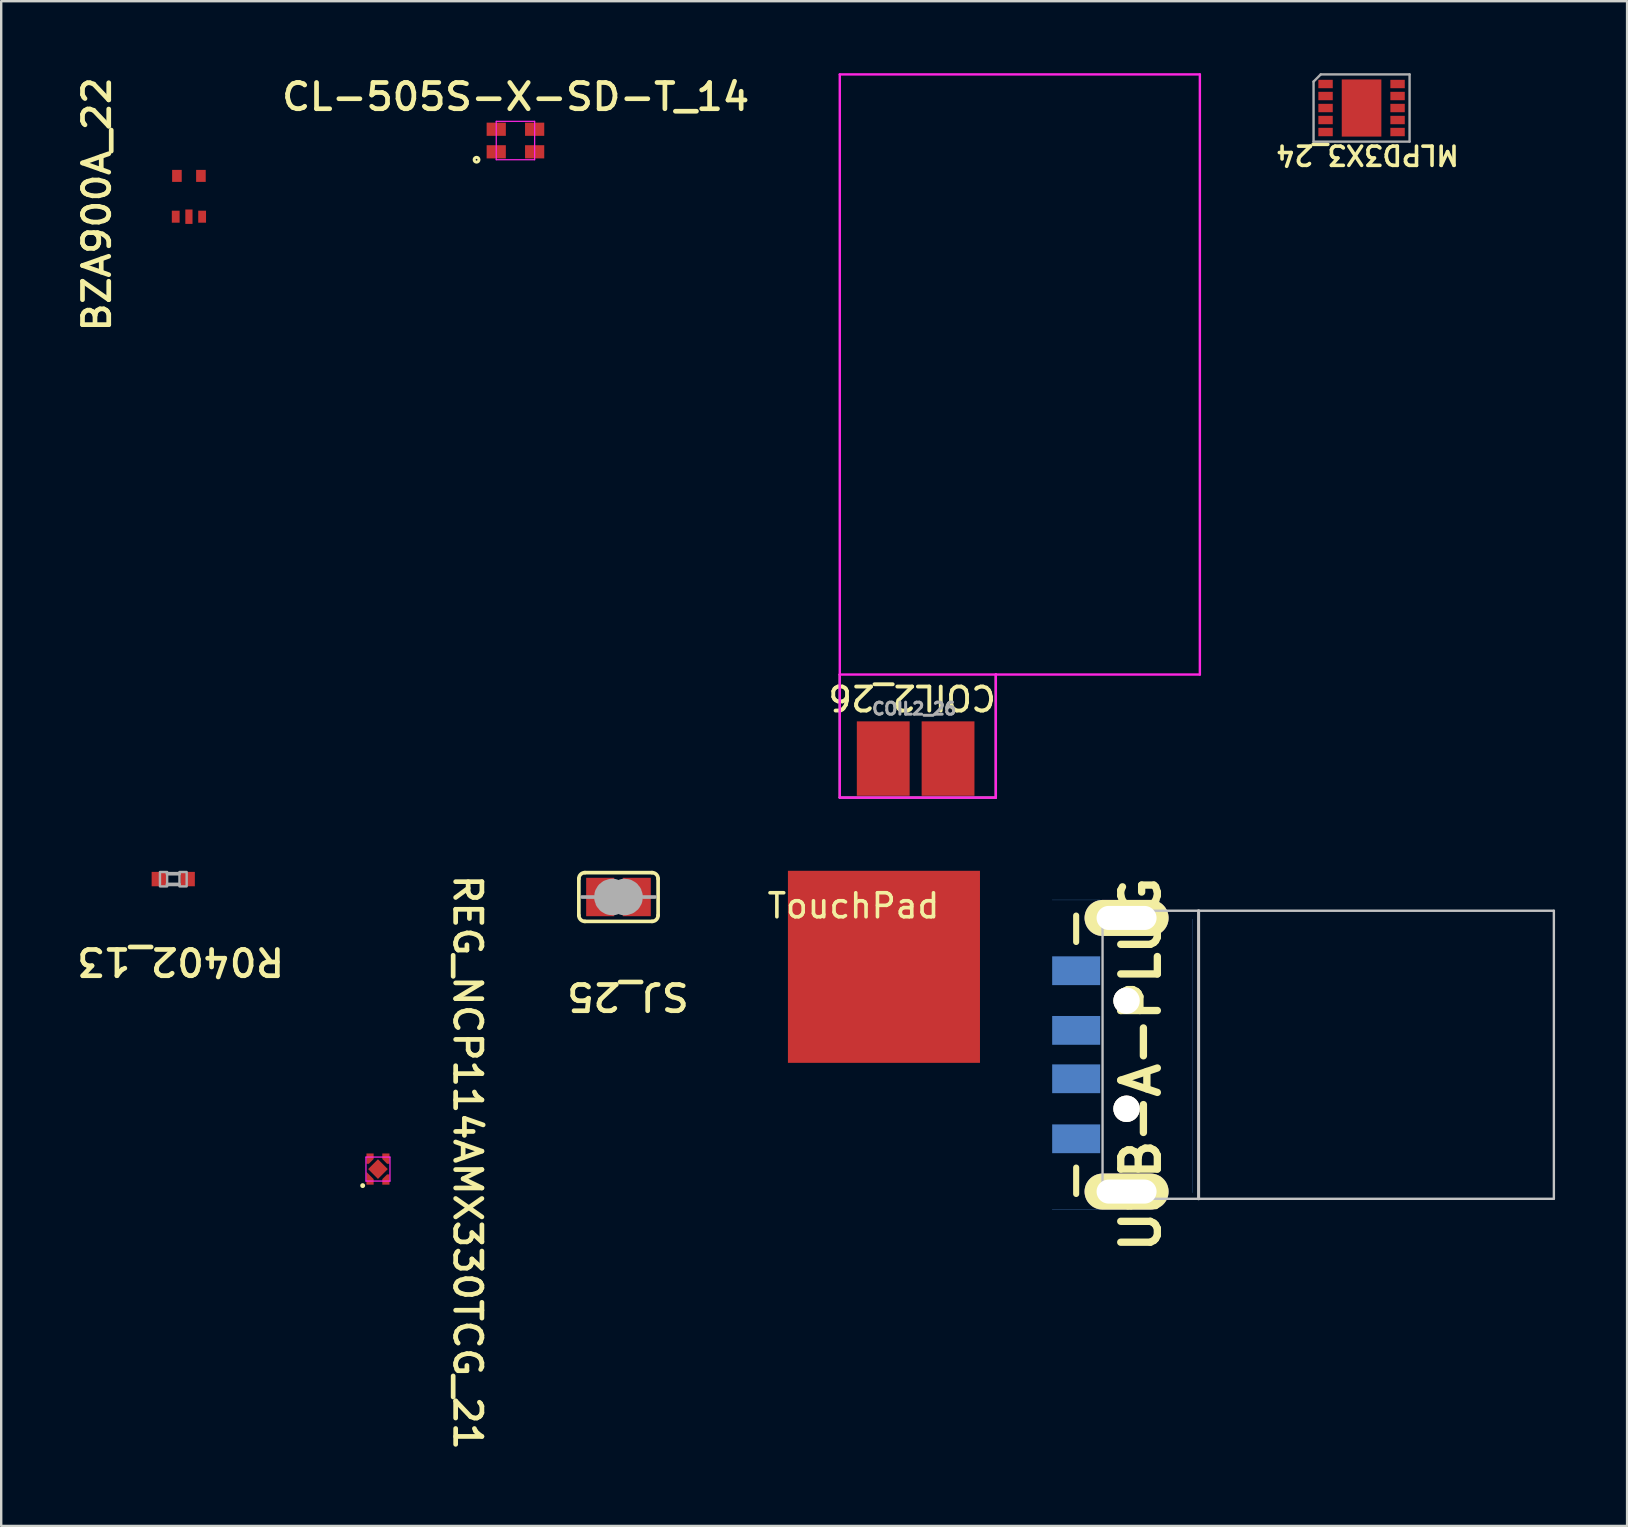
<source format=kicad_pcb>
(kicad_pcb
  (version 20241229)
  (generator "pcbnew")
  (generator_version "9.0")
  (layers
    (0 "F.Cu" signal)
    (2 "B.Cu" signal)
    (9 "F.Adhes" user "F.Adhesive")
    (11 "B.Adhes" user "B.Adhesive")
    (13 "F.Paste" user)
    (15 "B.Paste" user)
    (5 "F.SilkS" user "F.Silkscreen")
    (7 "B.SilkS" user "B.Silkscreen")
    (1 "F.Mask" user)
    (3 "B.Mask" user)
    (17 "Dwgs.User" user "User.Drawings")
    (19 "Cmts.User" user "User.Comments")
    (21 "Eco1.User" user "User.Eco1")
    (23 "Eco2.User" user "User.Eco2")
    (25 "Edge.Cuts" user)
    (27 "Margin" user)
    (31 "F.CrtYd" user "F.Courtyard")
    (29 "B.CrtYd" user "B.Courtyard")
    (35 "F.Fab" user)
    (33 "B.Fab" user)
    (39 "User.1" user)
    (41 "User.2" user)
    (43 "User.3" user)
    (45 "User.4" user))
  (footprint "USB-A-PLUG"
    (layer "F.Cu")
    (at 52.092 41.295)
    (property "Reference" "USB-A-PLUG" (at -7.62 0 90) (layer "F.SilkS") (effects (font (size 1.524 1.524) (thickness 0.305))))
    (attr through_hole)
    (fp_line (start -10.312 -5.105) (end -10.312 -6.205) (stroke (width 0.254) (type solid)) (layer "F.SilkS"))
    (fp_line (start -10.312 4.293) (end -10.312 5.392) (stroke (width 0.254) (type solid)) (layer "F.SilkS"))
    (fp_line (start -9.213 -6.406) (end -9.213 5.593) (stroke (width 0.099) (type solid)) (layer "Dwgs.User"))
    (fp_line (start -9.213 5.593) (end 9.588 5.593) (stroke (width 0.099) (type solid)) (layer "Dwgs.User"))
    (fp_line (start -5.212 5.593) (end -5.212 -6.406) (stroke (width 0.127) (type solid)) (layer "Dwgs.User"))
    (fp_line (start 9.588 -6.406) (end -9.213 -6.406) (stroke (width 0.099) (type solid)) (layer "Dwgs.User"))
    (fp_line (start 9.588 5.593) (end 9.588 -6.406) (stroke (width 0.099) (type solid)) (layer "Dwgs.User"))
    (fp_line (start -11.313 -6.855) (end -9.312 -6.855) (stroke (width 0.01) (type solid)) (layer "Cmts.User"))
    (fp_line (start -11.313 6.043) (end -9.312 6.043) (stroke (width 0.01) (type solid)) (layer "Cmts.User"))
    (fp_line (start -5.464 5.342) (end -5.464 -6.058) (stroke (width 0.01) (type solid)) (layer "Cmts.User"))
    (pad "1" smd rect (at -10.312 3.094 180) (size 1.999 1.199) (layers "B.Cu" "B.Mask" "B.Paste"))
    (pad "2" smd rect (at -10.312 0.594 180) (size 1.999 1.199) (layers "B.Cu" "B.Mask" "B.Paste"))
    (pad "3" smd rect (at -10.312 -1.422 180) (size 1.999 1.199) (layers "B.Cu" "B.Mask" "B.Paste"))
    (pad "4" smd rect (at -10.312 -3.907 180) (size 1.999 1.199) (layers "B.Cu" "B.Mask" "B.Paste"))
    (pad "5" thru_hole oval (at -8.212 -6.106 180) (size 3.5 1.501) (drill oval 2.499 1.001) (layers "*.Cu" "*.Mask" "F.SilkS"))
    (pad "6" thru_hole oval (at -8.212 5.293 180) (size 3.5 1.501) (drill oval 2.499 1.001) (layers "*.Cu" "*.Mask" "F.SilkS"))
    (pad "7" thru_hole circle (at -8.212 1.844 180) (size 1.1 1.1) (drill 1.1) (layers "*.Cu" "*.Mask" "F.SilkS"))
    (pad "8" thru_hole circle (at -8.212 -2.657 180) (size 1.1 1.1) (drill 1.1) (layers "*.Cu" "*.Mask" "F.SilkS")))
  (footprint "TouchPad"
    (layer "F.Cu")
    (at 33.773 37.225)
    (property "Reference" "TouchPad" (at -1.27 -2.54 0) (layer "F.SilkS") (effects (font (size 1 1) (thickness 0.15))))
    (attr through_hole)
    (pad "1" smd rect (at 0 0) (size 8 8) (layers "F.Cu" "F.Mask" "F.Paste")))
  (footprint "REG_NCP114AMX330TCG_21"
    (layer "F.Cu")
    (at 12.695 45.651)
    (property "Reference" "REG_NCP114AMX330TCG_21" (at 3.732 -0.281 270) (unlocked yes) (layer "F.SilkS") (effects (font (size 1.093 1.15) (thickness 0.196))))
    (attr smd)
    (fp_poly (pts (xy -0.48 0.65) (xy -0.18 0.65) (xy -0.18 0.42) (xy -0.48 0.12)) (stroke (width 0) (type solid)) (fill yes) (layer "F.Cu"))
    (fp_poly (pts (xy -0.48 -0.65) (xy -0.48 -0.22) (xy -0.38 -0.22) (xy -0.18 -0.42) (xy -0.18 -0.65)) (stroke (width 0) (type solid)) (fill yes) (layer "F.Cu"))
    (fp_poly (pts (xy 0.48 -0.65) (xy 0.48 -0.22) (xy 0.38 -0.22) (xy 0.18 -0.42) (xy 0.18 -0.65)) (stroke (width 0) (type solid)) (fill yes) (layer "F.Cu"))
    (fp_poly (pts (xy 0.48 0.65) (xy 0.48 0.22) (xy 0.38 0.22) (xy 0.18 0.42) (xy 0.18 0.65)) (stroke (width 0) (type solid)) (fill yes) (layer "F.Cu"))
    (fp_line (start -0.472 0.09) (end -0.522 0.09) (stroke (width 0.001) (type solid)) (layer "F.Mask"))
    (fp_poly (pts (xy -0.43 0) (xy 0 0.43) (xy 0.43 0) (xy 0 -0.43)) (stroke (width 0) (type solid)) (fill yes) (layer "F.Mask"))
    (fp_poly (pts (xy -0.53 -0.7) (xy -0.13 -0.7) (xy -0.13 -0.4) (xy -0.355 -0.175) (xy -0.53 -0.175)) (stroke (width 0) (type solid)) (fill yes) (layer "F.Mask"))
    (fp_poly (pts (xy -0.53 0.7) (xy -0.13 0.7) (xy -0.13 0.4) (xy -0.48 0.05) (xy -0.53 0.05)) (stroke (width 0) (type solid)) (fill yes) (layer "F.Mask"))
    (fp_poly (pts (xy 0.13 -0.7) (xy 0.53 -0.7) (xy 0.53 -0.175) (xy 0.355 -0.175) (xy 0.13 -0.4)) (stroke (width 0) (type solid)) (fill yes) (layer "F.Mask"))
    (fp_poly (pts (xy 0.53 0.7) (xy 0.13 0.7) (xy 0.13 0.4) (xy 0.355 0.175) (xy 0.53 0.175)) (stroke (width 0) (type solid)) (fill yes) (layer "F.Mask"))
    (fp_circle (center -0.637 0.688) (end -0.586 0.688) (stroke (width 0.102) (type solid)) (fill no) (layer "F.SilkS"))
    (fp_poly (pts (xy -0.48 0.65) (xy -0.18 0.65) (xy -0.18 0.42) (xy -0.48 0.12)) (stroke (width 0) (type solid)) (fill yes) (layer "F.Paste"))
    (fp_poly (pts (xy -0.48 -0.65) (xy -0.48 -0.22) (xy -0.38 -0.22) (xy -0.18 -0.42) (xy -0.18 -0.65)) (stroke (width 0) (type solid)) (fill yes) (layer "F.Paste"))
    (fp_poly (pts (xy 0.48 -0.65) (xy 0.48 -0.22) (xy 0.38 -0.22) (xy 0.18 -0.42) (xy 0.18 -0.65)) (stroke (width 0) (type solid)) (fill yes) (layer "F.Paste"))
    (fp_poly (pts (xy 0.48 0.65) (xy 0.48 0.22) (xy 0.38 0.22) (xy 0.18 0.42) (xy 0.18 0.65)) (stroke (width 0) (type solid)) (fill yes) (layer "F.Paste"))
    (fp_line (start -0.5 -0.5) (end -0.5 0.5) (stroke (width 0.05) (type solid)) (layer "F.CrtYd"))
    (fp_line (start -0.5 0.5) (end 0.5 0.5) (stroke (width 0.05) (type solid)) (layer "F.CrtYd"))
    (fp_line (start 0.5 -0.5) (end -0.5 -0.5) (stroke (width 0.05) (type solid)) (layer "F.CrtYd"))
    (fp_line (start 0.5 0.5) (end 0.5 -0.5) (stroke (width 0.05) (type solid)) (layer "F.CrtYd"))
    (pad "1" smd rect (at -0.36 0.47) (size 0.1 0.1) (layers "F.Cu" "F.Mask" "F.Paste"))
    (pad "2" smd rect (at 0.36 0.47) (size 0.1 0.1) (layers "F.Cu" "F.Mask" "F.Paste"))
    (pad "3" smd rect (at 0.35 -0.45) (size 0.1 0.1) (layers "F.Cu" "F.Mask" "F.Paste"))
    (pad "4" smd rect (at -0.36 -0.45) (size 0.1 0.1) (layers "F.Cu" "F.Mask" "F.Paste"))
    (pad "5" smd rect (at 0 0 45) (size 0.58 0.58) (layers "F.Cu" "F.Mask" "F.Paste")))
  (footprint "CL-505S-X-SD-T_14"
    (layer "F.Cu")
    (at 18.422 2.804)
    (property "Reference" "CL-505S-X-SD-T_14" (at 0.01 -1.82 0) (unlocked yes) (layer "F.SilkS") (effects (font (size 1.093 1.15) (thickness 0.196))))
    (attr smd)
    (fp_circle (center -1.62 0.8) (end -1.52 0.8) (stroke (width 0.127) (type solid)) (fill no) (layer "F.SilkS"))
    (fp_line (start -0.8 -0.8) (end -0.8 0.8) (stroke (width 0.05) (type solid)) (layer "F.CrtYd"))
    (fp_line (start -0.8 0.8) (end 0.8 0.8) (stroke (width 0.05) (type solid)) (layer "F.CrtYd"))
    (fp_line (start 0.8 -0.8) (end -0.8 -0.8) (stroke (width 0.05) (type solid)) (layer "F.CrtYd"))
    (fp_line (start 0.8 0.8) (end 0.8 -0.8) (stroke (width 0.05) (type solid)) (layer "F.CrtYd"))
    (pad "A" smd rect (at 0.8 0.47) (size 0.8 0.55) (layers "F.Cu" "F.Mask" "F.Paste"))
    (pad "B" smd rect (at 0.8 -0.47) (size 0.8 0.55) (layers "F.Cu" "F.Mask" "F.Paste"))
    (pad "G" smd rect (at -0.8 -0.47) (size 0.8 0.55) (layers "F.Cu" "F.Mask" "F.Paste"))
    (pad "R" smd rect (at -0.8 0.47) (size 0.8 0.55) (layers "F.Cu" "F.Mask" "F.Paste")))
  (footprint "MLPD3X3_24"
    (layer "F.Cu")
    (at 53.669 1.45)
    (property "Reference" "MLPD3X3_24" (at 0.25 1.95 180) (unlocked yes) (layer "F.SilkS") (effects (font (size 0.8 0.8) (thickness 0.15))))
    (attr smd)
    (fp_line (start -2 -1.1) (end -2 1.4) (stroke (width 0.1) (type solid)) (layer "F.Fab"))
    (fp_line (start -2 1.4) (end 2 1.4) (stroke (width 0.1) (type solid)) (layer "F.Fab"))
    (fp_line (start -1.7 -1.4) (end -2 -1.1) (stroke (width 0.1) (type solid)) (layer "F.Fab"))
    (fp_line (start 2 -1.4) (end -1.7 -1.4) (stroke (width 0.1) (type solid)) (layer "F.Fab"))
    (fp_line (start 2 1.4) (end 2 -1.4) (stroke (width 0.1) (type solid)) (layer "F.Fab"))
    (pad "P1" smd rect (at -1.5 -1) (size 0.6 0.35) (layers "F.Cu" "F.Mask" "F.Paste"))
    (pad "P2" smd rect (at -1.5 -0.5) (size 0.6 0.35) (layers "F.Cu" "F.Mask" "F.Paste"))
    (pad "P3" smd rect (at -1.5 0) (size 0.6 0.35) (layers "F.Cu" "F.Mask" "F.Paste"))
    (pad "P4" smd rect (at -1.5 0.5) (size 0.6 0.35) (layers "F.Cu" "F.Mask" "F.Paste"))
    (pad "P5" smd rect (at -1.5 1) (size 0.6 0.35) (layers "F.Cu" "F.Mask" "F.Paste"))
    (pad "P6" smd rect (at 1.5 1) (size 0.6 0.35) (layers "F.Cu" "F.Mask" "F.Paste"))
    (pad "P7" smd rect (at 1.5 0.5) (size 0.6 0.35) (layers "F.Cu" "F.Mask" "F.Paste"))
    (pad "P8" smd rect (at 1.5 0) (size 0.6 0.35) (layers "F.Cu" "F.Mask" "F.Paste"))
    (pad "P9" smd rect (at 1.5 -0.5) (size 0.6 0.35) (layers "F.Cu" "F.Mask" "F.Paste"))
    (pad "P10" smd rect (at 1.5 -1) (size 0.6 0.35) (layers "F.Cu" "F.Mask" "F.Paste"))
    (pad "P11" smd rect (at 0 0) (size 1.65 2.38) (layers "F.Cu" "F.Mask" "F.Paste")))
  (footprint "BZA900A_22"
    (layer "F.Cu")
    (at 4.82 5.152)
    (property "Reference" "BZA900A_22" (at -3.836 0.311 90) (unlocked yes) (layer "F.SilkS") (effects (font (size 1.093 1.15) (thickness 0.196))))
    (attr smd)
    (pad "P$1" smd rect (at -0.55 0.825) (size 0.325 0.5) (layers "F.Cu" "F.Mask" "F.Paste"))
    (pad "P$2" smd rect (at 0 0.825) (size 0.3 0.6) (layers "F.Cu" "F.Mask" "F.Paste"))
    (pad "P$3" smd rect (at 0.55 0.825) (size 0.325 0.5) (layers "F.Cu" "F.Mask" "F.Paste"))
    (pad "P$4" smd rect (at 0.5 -0.875) (size 0.4 0.5) (layers "F.Cu" "F.Mask" "F.Paste"))
    (pad "P$5" smd rect (at -0.5 -0.875) (size 0.4 0.5) (layers "F.Cu" "F.Mask" "F.Paste")))
  (footprint "SJ_25"
    (layer "F.Cu")
    (at 22.714 34.317)
    (property "Reference" "SJ_25" (at 0.395 4.14 180) (unlocked yes) (layer "F.SilkS") (effects (font (size 1.093 1.15) (thickness 0.196))))
    (attr smd)
    (fp_poly (pts (xy -0.076 0.914) (xy 0.076 0.914) (xy 0.076 -0.914) (xy -0.076 -0.914)) (stroke (width 0) (type solid)) (fill yes) (layer "F.Mask"))
    (fp_line (start -1.651 0.762) (end -1.651 -0.762) (stroke (width 0.152) (type solid)) (layer "F.SilkS"))
    (fp_line (start -1.397 -1.016) (end 1.397 -1.016) (stroke (width 0.152) (type solid)) (layer "F.SilkS"))
    (fp_line (start 1.397 1.016) (end -1.397 1.016) (stroke (width 0.152) (type solid)) (layer "F.SilkS"))
    (fp_line (start 1.651 0.762) (end 1.651 -0.762) (stroke (width 0.152) (type solid)) (layer "F.SilkS"))
    (fp_arc (start -1.651 -0.762) (mid -1.576605 -0.941605) (end -1.397 -1.016) (stroke (width 0.1524) (type solid)) (layer "F.SilkS"))
    (fp_arc (start -1.397 1.016) (mid -1.576605 0.941605) (end -1.651 0.762) (stroke (width 0.1524) (type solid)) (layer "F.SilkS"))
    (fp_arc (start 1.397 -1.016) (mid 1.576605 -0.941605) (end 1.651 -0.762) (stroke (width 0.1524) (type solid)) (layer "F.SilkS"))
    (fp_arc (start 1.651 0.762) (mid 1.576605 0.941605) (end 1.397 1.016) (stroke (width 0.1524) (type solid)) (layer "F.SilkS"))
    (fp_line (start -1.016 0) (end -1.524 0) (stroke (width 0.152) (type solid)) (layer "F.Fab"))
    (fp_line (start 1.016 0) (end 1.524 0) (stroke (width 0.152) (type solid)) (layer "F.Fab"))
    (fp_arc (start -0.254 0.127) (mid -0.381 0) (end -0.254 -0.127) (stroke (width 1.27) (type solid)) (layer "F.Fab"))
    (fp_arc (start 0.254 -0.127) (mid 0.381 0) (end 0.254 0.127) (stroke (width 1.27) (type solid)) (layer "F.Fab"))
    (pad "1" smd rect (at -0.762 0) (size 1.168 1.6) (layers "F.Cu" "F.Mask" "F.Paste"))
    (pad "2" smd rect (at 0.762 0) (size 1.168 1.6) (layers "F.Cu" "F.Mask" "F.Paste")))
  (footprint "COIL2_26"
    (layer "F.Cu")
    (at 39.433 15.075)
    (property "Reference" "COIL2_26" (at -4.485 10.929 180) (unlocked yes) (layer "F.SilkS") (effects (font (size 1 1) (thickness 0.16))))
    (attr smd)
    (fp_line (start -7.5 -15.025) (end 7.5 -15.025) (stroke (width 0.1) (type solid)) (layer "F.CrtYd"))
    (fp_line (start -7.5 9.975) (end -7.5 -15.025) (stroke (width 0.1) (type solid)) (layer "F.CrtYd"))
    (fp_line (start -7.5 9.975) (end -7.5 15.1) (stroke (width 0.1) (type solid)) (layer "F.CrtYd"))
    (fp_line (start -7.5 15.1) (end -1 15.1) (stroke (width 0.1) (type solid)) (layer "F.CrtYd"))
    (fp_line (start -1 9.975) (end -7.5 9.975) (stroke (width 0.1) (type solid)) (layer "F.CrtYd"))
    (fp_line (start -1 15.1) (end -1 9.975) (stroke (width 0.1) (type solid)) (layer "F.CrtYd"))
    (fp_line (start 7.5 -15.025) (end 7.5 9.975) (stroke (width 0.1) (type solid)) (layer "F.CrtYd"))
    (fp_line (start 7.5 9.975) (end -1 9.975) (stroke (width 0.1) (type solid)) (layer "F.CrtYd"))
    (fp_line (start -7.5 9.975) (end -7.5 15.1) (stroke (width 0.1) (type solid)) (layer "F.Fab"))
    (fp_line (start -7.5 15.1) (end -1 15.1) (stroke (width 0.1) (type solid)) (layer "F.Fab"))
    (fp_line (start -1 15.1) (end -1 9.975) (stroke (width 0.1) (type solid)) (layer "F.Fab"))
    (fp_text user "${REFERENCE}" (at -4.4 11.4 0) (layer "F.Fab") (effects (font (size 0.5 0.5) (thickness 0.125))))
    (pad "1" smd rect (at -5.69 13.475) (size 2.2 3.1) (layers "F.Cu" "F.Mask" "F.Paste"))
    (pad "2" smd rect (at -2.99 13.475) (size 2.2 3.1) (layers "F.Cu" "F.Mask" "F.Paste")))
  (footprint "R0402_13"
    (layer "F.Cu")
    (at 4.167 33.572)
    (property "Reference" "R0402_13" (at 0.311 3.426 180) (unlocked yes) (layer "F.SilkS") (effects (font (size 1.093 1.15) (thickness 0.196))))
    (attr smd)
    (fp_line (start -0.245 -0.226) (end 0.245 -0.226) (stroke (width 0.152) (type solid)) (layer "F.Fab"))
    (fp_line (start 0.245 0.222) (end -0.245 0.222) (stroke (width 0.152) (type solid)) (layer "F.Fab"))
    (fp_poly (pts (xy -0.554 0.302) (xy -0.254 0.302) (xy -0.254 -0.297) (xy -0.554 -0.297)) (stroke (width 0.1) (type solid)) (fill no) (layer "F.Fab"))
    (fp_poly (pts (xy 0.259 0.302) (xy 0.559 0.302) (xy 0.559 -0.297) (xy 0.259 -0.297)) (stroke (width 0.1) (type solid)) (fill no) (layer "F.Fab"))
    (pad "1" smd rect (at -0.6 -0.002) (size 0.6 0.6) (layers "F.Cu" "F.Mask" "F.Paste"))
    (pad "2" smd rect (at 0.6 -0.002) (size 0.6 0.6) (layers "F.Cu" "F.Mask" "F.Paste")))
  (gr_rect
    (start -3 -3)
    (end 64.73 60.515)
    (stroke (width 0.1) (type default))
    (fill no)
    (layer "Edge.Cuts")))
</source>
